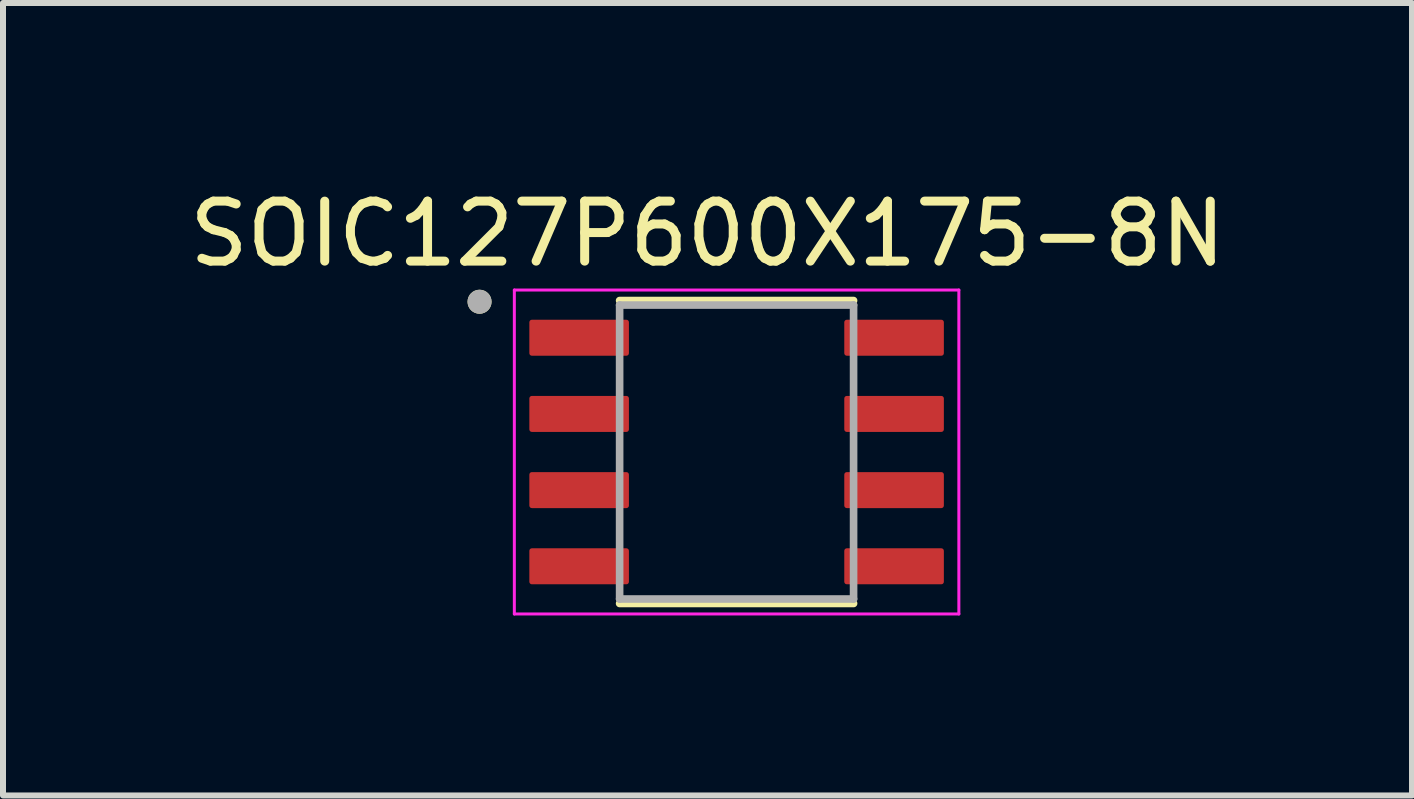
<source format=kicad_pcb>
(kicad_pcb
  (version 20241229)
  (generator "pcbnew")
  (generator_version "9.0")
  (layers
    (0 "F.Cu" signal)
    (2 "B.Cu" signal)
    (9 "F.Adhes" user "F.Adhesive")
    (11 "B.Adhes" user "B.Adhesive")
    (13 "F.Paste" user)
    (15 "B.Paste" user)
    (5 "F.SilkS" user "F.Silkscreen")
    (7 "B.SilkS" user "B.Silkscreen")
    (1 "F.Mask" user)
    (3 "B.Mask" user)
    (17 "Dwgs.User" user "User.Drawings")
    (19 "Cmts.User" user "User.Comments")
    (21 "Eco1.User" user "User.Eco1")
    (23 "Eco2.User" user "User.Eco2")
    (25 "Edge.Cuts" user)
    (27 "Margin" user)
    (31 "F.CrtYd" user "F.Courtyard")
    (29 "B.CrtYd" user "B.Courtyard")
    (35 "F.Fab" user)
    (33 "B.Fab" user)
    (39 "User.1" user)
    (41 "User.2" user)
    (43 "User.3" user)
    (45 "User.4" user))
  (footprint "SOIC127P600X175-8N"
    (layer "F.Cu")
    (at 9.229 4.485)
    (property "Reference" "SOIC127P600X175-8N" (at -0.485 -3.637 0) (layer "F.SilkS") (effects (font (size 1 1) (thickness 0.15))))
    (attr smd)
    (fp_line (start -1.95 -2.525) (end 1.95 -2.525) (stroke (width 0.127) (type solid)) (layer "F.SilkS"))
    (fp_line (start -1.95 2.525) (end 1.95 2.525) (stroke (width 0.127) (type solid)) (layer "F.SilkS"))
    (fp_circle (center -4.285 -2.505) (end -4.185 -2.505) (stroke (width 0.2) (type solid)) (fill no) (layer "F.SilkS"))
    (fp_line (start -3.705 -2.7) (end -3.705 2.7) (stroke (width 0.05) (type solid)) (layer "F.CrtYd"))
    (fp_line (start -3.705 -2.7) (end 3.705 -2.7) (stroke (width 0.05) (type solid)) (layer "F.CrtYd"))
    (fp_line (start -3.705 2.7) (end 3.705 2.7) (stroke (width 0.05) (type solid)) (layer "F.CrtYd"))
    (fp_line (start 3.705 -2.7) (end 3.705 2.7) (stroke (width 0.05) (type solid)) (layer "F.CrtYd"))
    (fp_line (start -1.95 -2.45) (end -1.95 2.45) (stroke (width 0.127) (type solid)) (layer "F.Fab"))
    (fp_line (start -1.95 -2.45) (end 1.95 -2.45) (stroke (width 0.127) (type solid)) (layer "F.Fab"))
    (fp_line (start -1.95 2.45) (end 1.95 2.45) (stroke (width 0.127) (type solid)) (layer "F.Fab"))
    (fp_line (start 1.95 -2.45) (end 1.95 2.45) (stroke (width 0.127) (type solid)) (layer "F.Fab"))
    (fp_circle (center -4.285 -2.505) (end -4.185 -2.505) (stroke (width 0.2) (type solid)) (fill no) (layer "F.Fab"))
    (pad "1" smd roundrect (at -2.625 -1.905) (size 1.66 0.6) (layers "F.Cu" "F.Mask" "F.Paste") (roundrect_rratio 0.07))
    (pad "2" smd roundrect (at -2.625 -0.635) (size 1.66 0.6) (layers "F.Cu" "F.Mask" "F.Paste") (roundrect_rratio 0.07))
    (pad "3" smd roundrect (at -2.625 0.635) (size 1.66 0.6) (layers "F.Cu" "F.Mask" "F.Paste") (roundrect_rratio 0.07))
    (pad "4" smd roundrect (at -2.625 1.905) (size 1.66 0.6) (layers "F.Cu" "F.Mask" "F.Paste") (roundrect_rratio 0.07))
    (pad "5" smd roundrect (at 2.625 1.905) (size 1.66 0.6) (layers "F.Cu" "F.Mask" "F.Paste") (roundrect_rratio 0.07))
    (pad "6" smd roundrect (at 2.625 0.635) (size 1.66 0.6) (layers "F.Cu" "F.Mask" "F.Paste") (roundrect_rratio 0.07))
    (pad "7" smd roundrect (at 2.625 -0.635) (size 1.66 0.6) (layers "F.Cu" "F.Mask" "F.Paste") (roundrect_rratio 0.07))
    (pad "8" smd roundrect (at 2.625 -1.905) (size 1.66 0.6) (layers "F.Cu" "F.Mask" "F.Paste") (roundrect_rratio 0.07)))
  (gr_rect
    (start -3 -3)
    (end 20.488 10.21)
    (stroke (width 0.1) (type default))
    (fill no)
    (layer "Edge.Cuts")))
</source>
